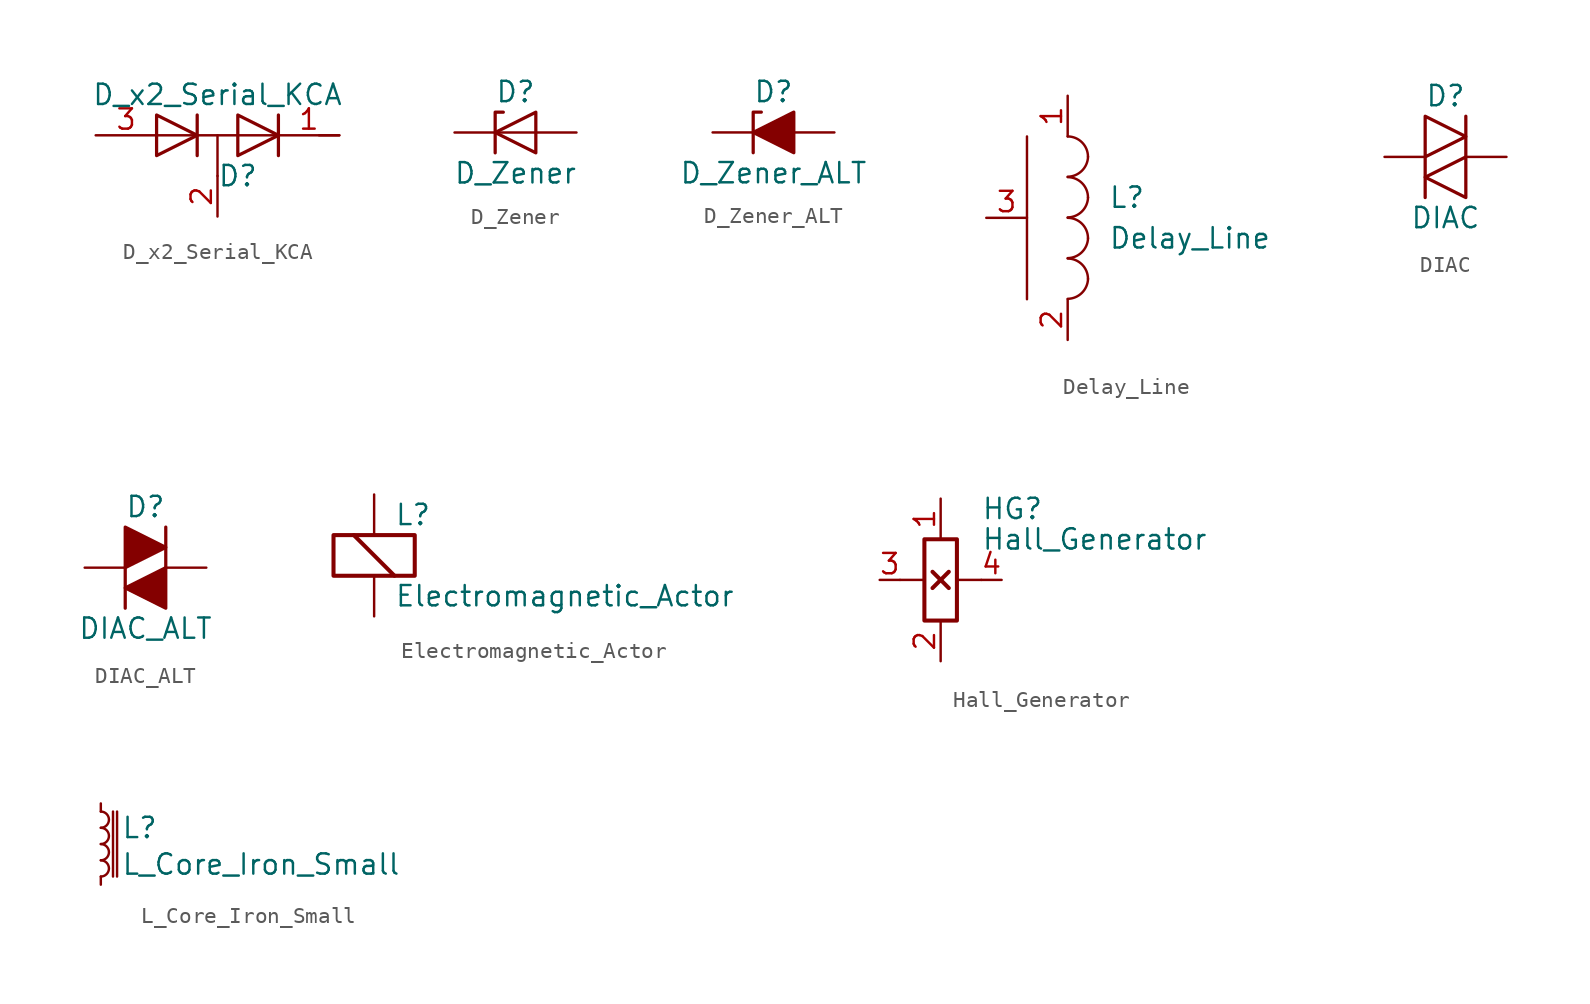
<source format=kicad_sym>
(kicad_symbol_lib
  (version 20211014)
  (generator kicad_symbol_editor)
  (symbol "D_x2_Serial_KCA"
    (pin_names
      (offset 0.762) hide)
    (property "Reference" "D"
      (at 1.27 -2.54 0)
      (effects (font (size 1.27 1.27))))
    (property "Value" "D_x2_Serial_KCA"
      (at 0 2.54 0)
      (effects (font (size 1.27 1.27))))
    (symbol "D_x2_Serial_KCA_0_1"
      (polyline (pts (xy 0 0) (xy 0 -2.54)) (stroke (width 0) (type default) (color 0 0 0 0)) (fill (type none)))
      (polyline (pts (xy 3.81 0) (xy -3.81 0)) (stroke (width 0) (type default) (color 0 0 0 0)) (fill (type none)))
      (polyline (pts (xy 6.35 0) (xy 7.62 0)) (stroke (width 0) (type default) (color 0 0 0 0)) (fill (type none)))
      (polyline (pts (xy -1.27 -1.27) (xy -1.27 1.27) (xy -1.27 1.27)) (stroke (width 0.203) (type default) (color 0 0 0 0)) (fill (type none)))
      (polyline (pts (xy 3.81 1.27) (xy 3.81 -1.27) (xy 3.81 -1.27)) (stroke (width 0.203) (type default) (color 0 0 0 0)) (fill (type none)))
      (polyline (pts (xy -3.81 1.27) (xy -1.27 0) (xy -3.81 -1.27) (xy -3.81 1.27) (xy -3.81 1.27) (xy -3.81 1.27)) (stroke (width 0.203) (type default) (color 0 0 0 0)) (fill (type none)))
      (polyline (pts (xy 1.27 1.27) (xy 3.81 0) (xy 1.27 -1.27) (xy 1.27 1.27) (xy 1.27 1.27) (xy 1.27 1.27)) (stroke (width 0.203) (type default) (color 0 0 0 0)) (fill (type none)))
      (pin passive line (at 7.62 0 180) (length 3.81) (name "K" (effects (font (size 1.27 1.27)))) (number "1" (effects (font (size 1.27 1.27)))))
      (pin passive line (at 0 -5.08 90) (length 2.54) (name "common" (effects (font (size 1.27 1.27)))) (number "2" (effects (font (size 1.27 1.27)))))
      (pin passive line (at -7.62 0 0) (length 3.81) (name "A" (effects (font (size 1.27 1.27)))) (number "3" (effects (font (size 1.27 1.27)))))))
  (symbol "D_Zener"
    (pin_numbers hide)
    (pin_names
      (offset 1.016) hide)
    (property "Reference" "D"
      (at 0 2.54 0)
      (effects (font (size 1.27 1.27))))
    (property "Value" "D_Zener"
      (at 0 -2.54 0)
      (effects (font (size 1.27 1.27))))
    (symbol "D_Zener_0_1"
      (polyline (pts (xy 1.27 0) (xy -1.27 0)) (stroke (width 0) (type default) (color 0 0 0 0)) (fill (type none)))
      (polyline (pts (xy -1.27 -1.27) (xy -1.27 1.27) (xy -0.762 1.27)) (stroke (width 0.203) (type default) (color 0 0 0 0)) (fill (type none)))
      (polyline (pts (xy 1.27 -1.27) (xy 1.27 1.27) (xy -1.27 0) (xy 1.27 -1.27)) (stroke (width 0.203) (type default) (color 0 0 0 0)) (fill (type none))))
    (symbol "D_Zener_1_1"
      (pin passive line (at -3.81 0 0) (length 2.54) (name "K" (effects (font (size 1.27 1.27)))) (number "1" (effects (font (size 1.27 1.27)))))
      (pin passive line (at 3.81 0 180) (length 2.54) (name "A" (effects (font (size 1.27 1.27)))) (number "2" (effects (font (size 1.27 1.27)))))))
  (symbol "D_Zener_ALT"
    (pin_numbers hide)
    (pin_names
      (offset 1.016) hide)
    (property "Reference" "D"
      (at 0 2.54 0)
      (effects (font (size 1.27 1.27))))
    (property "Value" "D_Zener_ALT"
      (at 0 -2.54 0)
      (effects (font (size 1.27 1.27))))
    (symbol "D_Zener_ALT_0_1"
      (polyline (pts (xy 1.27 0) (xy -1.27 0)) (stroke (width 0) (type default) (color 0 0 0 0)) (fill (type none)))
      (polyline (pts (xy -1.27 -1.27) (xy -1.27 1.27) (xy -0.762 1.27)) (stroke (width 0.203) (type default) (color 0 0 0 0)) (fill (type none)))
      (polyline (pts (xy 1.27 -1.27) (xy 1.27 1.27) (xy -1.27 0) (xy 1.27 -1.27)) (stroke (width 0.203) (type default) (color 0 0 0 0)) (fill (type outline))))
    (symbol "D_Zener_ALT_1_1"
      (pin passive line (at -3.81 0 0) (length 2.54) (name "K" (effects (font (size 1.27 1.27)))) (number "1" (effects (font (size 1.27 1.27)))))
      (pin passive line (at 3.81 0 180) (length 2.54) (name "A" (effects (font (size 1.27 1.27)))) (number "2" (effects (font (size 1.27 1.27)))))))
  (symbol "Delay_Line"
    (pin_names
      (offset 1.016) hide)
    (property "Reference" "L"
      (at 2.54 1.27 0)
      (effects (font (size 1.27 1.27)) (justify left)))
    (property "Value" "Delay_Line"
      (at 2.54 -1.27 0)
      (effects (font (size 1.27 1.27)) (justify left)))
    (symbol "Delay_Line_0_1"
      (arc (start 0 -5.0546) (mid 0.8801 -4.6901) (end 1.27 -3.81) (stroke (width 0) (type default) (color 0 0 0 0)) (fill (type none)))
      (arc (start 0 -2.5146) (mid 0.8801 -2.1501) (end 1.27 -1.27) (stroke (width 0) (type default) (color 0 0 0 0)) (fill (type none)))
      (polyline (pts (xy -2.54 5.08) (xy -2.54 -5.08)) (stroke (width 0) (type default) (color 0 0 0 0)) (fill (type none)))
      (arc (start 0 0.0254) (mid 0.8801 0.3899) (end 1.27 1.27) (stroke (width 0) (type default) (color 0 0 0 0)) (fill (type none)))
      (arc (start 0 2.5654) (mid 0.8801 2.9299) (end 1.27 3.81) (stroke (width 0) (type default) (color 0 0 0 0)) (fill (type none)))
      (arc (start 1.27 -3.81) (mid 0.898 -2.912) (end 0 -2.54) (stroke (width 0) (type default) (color 0 0 0 0)) (fill (type none)))
      (arc (start 1.27 -1.27) (mid 0.898 -0.372) (end 0 0) (stroke (width 0) (type default) (color 0 0 0 0)) (fill (type none)))
      (arc (start 1.27 1.27) (mid 0.898 2.168) (end 0 2.54) (stroke (width 0) (type default) (color 0 0 0 0)) (fill (type none)))
      (arc (start 1.27 3.81) (mid 0.898 4.708) (end 0 5.08) (stroke (width 0) (type default) (color 0 0 0 0)) (fill (type none))))
    (symbol "Delay_Line_1_1"
      (pin passive line (at 0 7.62 270) (length 2.54) (name "1" (effects (font (size 1.27 1.27)))) (number "1" (effects (font (size 1.27 1.27)))))
      (pin passive line (at 0 -7.62 90) (length 2.54) (name "2" (effects (font (size 1.27 1.27)))) (number "2" (effects (font (size 1.27 1.27)))))
      (pin input line (at -5.08 0 0) (length 2.54) (name "COMMUN" (effects (font (size 1.27 1.27)))) (number "3" (effects (font (size 1.27 1.27)))))))
  (symbol "DIAC"
    (pin_numbers hide)
    (pin_names
      (offset 1.016) hide)
    (property "Reference" "D"
      (at 0 3.81 0)
      (effects (font (size 1.27 1.27))))
    (property "Value" "DIAC"
      (at 0 -3.81 0)
      (effects (font (size 1.27 1.27))))
    (symbol "DIAC_0_1"
      (polyline (pts (xy -1.27 0) (xy -1.27 -2.54)) (stroke (width 0.203) (type default) (color 0 0 0 0)) (fill (type none)))
      (polyline (pts (xy 1.27 2.54) (xy 1.27 0)) (stroke (width 0.203) (type default) (color 0 0 0 0)) (fill (type none)))
      (polyline (pts (xy -1.27 2.54) (xy -1.27 0) (xy 1.27 1.27) (xy -1.27 2.54)) (stroke (width 0.203) (type default) (color 0 0 0 0)) (fill (type none)))
      (polyline (pts (xy 1.27 0) (xy 1.27 -2.54) (xy -1.27 -1.27) (xy 1.27 0)) (stroke (width 0.203) (type default) (color 0 0 0 0)) (fill (type none))))
    (symbol "DIAC_1_1"
      (pin passive line (at -3.81 0 0) (length 2.54) (name "K" (effects (font (size 1.27 1.27)))) (number "1" (effects (font (size 1.27 1.27)))))
      (pin passive line (at 3.81 0 180) (length 2.54) (name "A" (effects (font (size 1.27 1.27)))) (number "2" (effects (font (size 1.27 1.27)))))))
  (symbol "DIAC_ALT"
    (pin_numbers hide)
    (pin_names
      (offset 1.016) hide)
    (property "Reference" "D"
      (at 0 3.81 0)
      (effects (font (size 1.27 1.27))))
    (property "Value" "DIAC_ALT"
      (at 0 -3.81 0)
      (effects (font (size 1.27 1.27))))
    (symbol "DIAC_ALT_0_1"
      (polyline (pts (xy -1.27 0) (xy -1.27 -2.54)) (stroke (width 0.203) (type default) (color 0 0 0 0)) (fill (type none)))
      (polyline (pts (xy 1.27 2.54) (xy 1.27 0)) (stroke (width 0.203) (type default) (color 0 0 0 0)) (fill (type none)))
      (polyline (pts (xy -1.27 2.54) (xy -1.27 0) (xy 1.27 1.27) (xy -1.27 2.54)) (stroke (width 0.203) (type default) (color 0 0 0 0)) (fill (type outline)))
      (polyline (pts (xy 1.27 0) (xy 1.27 -2.54) (xy -1.27 -1.27) (xy 1.27 0)) (stroke (width 0.203) (type default) (color 0 0 0 0)) (fill (type outline))))
    (symbol "DIAC_ALT_1_1"
      (pin passive line (at -3.81 0 0) (length 2.54) (name "K" (effects (font (size 1.27 1.27)))) (number "1" (effects (font (size 1.27 1.27)))))
      (pin passive line (at 3.81 0 180) (length 2.54) (name "A" (effects (font (size 1.27 1.27)))) (number "2" (effects (font (size 1.27 1.27)))))))
  (symbol "Electromagnetic_Actor"
    (pin_numbers hide)
    (pin_names
      (offset 0.025) hide)
    (property "Reference" "L"
      (at 1.27 3.81 0)
      (effects (font (size 1.27 1.27)) (justify left)))
    (property "Value" "Electromagnetic_Actor"
      (at 1.27 -1.27 0)
      (effects (font (size 1.27 1.27)) (justify left)))
    (symbol "Electromagnetic_Actor_0_1"
      (rectangle (start -2.54 2.54) (end 2.54 0) (stroke (width 0.254) (type default) (color 0 0 0 0)) (fill (type none)))
      (polyline (pts (xy -1.27 2.54) (xy 1.27 0)) (stroke (width 0.254) (type default) (color 0 0 0 0)) (fill (type none))))
    (symbol "Electromagnetic_Actor_1_1"
      (pin passive line (at 0 5.08 270) (length 2.54) (name "-" (effects (font (size 1.27 1.27)))) (number "1" (effects (font (size 1.27 1.27)))))
      (pin passive line (at 0 -2.54 90) (length 2.54) (name "+" (effects (font (size 1.27 1.27)))) (number "2" (effects (font (size 1.27 1.27)))))))
  (symbol "Hall_Generator"
    (pin_names
      (offset 0) hide)
    (property "Reference" "HG"
      (at 2.54 4.445 0)
      (effects (font (size 1.27 1.27)) (justify left)))
    (property "Value" "Hall_Generator"
      (at 2.54 2.54 0)
      (effects (font (size 1.27 1.27)) (justify left)))
    (symbol "Hall_Generator_0_1"
      (rectangle (start -1.016 2.54) (end 1.016 -2.54) (stroke (width 0.254) (type default) (color 0 0 0 0)) (fill (type none)))
      (polyline (pts (xy -1.016 0) (xy -2.54 0)) (stroke (width 0) (type default) (color 0 0 0 0)) (fill (type none)))
      (polyline (pts (xy -0.508 -0.508) (xy 0.508 0.508)) (stroke (width 0.254) (type default) (color 0 0 0 0)) (fill (type none)))
      (polyline (pts (xy -0.508 0.508) (xy 0.508 -0.508)) (stroke (width 0.254) (type default) (color 0 0 0 0)) (fill (type none)))
      (polyline (pts (xy 1.016 0) (xy 2.54 0)) (stroke (width 0) (type default) (color 0 0 0 0)) (fill (type none))))
    (symbol "Hall_Generator_1_1"
      (pin passive line (at 0 5.08 270) (length 2.54) (name "U1" (effects (font (size 1.27 1.27)))) (number "1" (effects (font (size 1.27 1.27)))))
      (pin passive line (at 0 -5.08 90) (length 2.54) (name "U2" (effects (font (size 1.27 1.27)))) (number "2" (effects (font (size 1.27 1.27)))))
      (pin passive line (at -3.81 0 0) (length 1.27) (name "UH1" (effects (font (size 1.27 1.27)))) (number "3" (effects (font (size 1.27 1.27)))))
      (pin passive line (at 3.81 0 180) (length 1.27) (name "UH2" (effects (font (size 1.27 1.27)))) (number "4" (effects (font (size 1.27 1.27)))))))
  (symbol "L_Core_Iron_Small"
    (pin_numbers hide)
    (pin_names
      (offset 0.254) hide)
    (property "Reference" "L"
      (at 1.27 1.016 0)
      (effects (font (size 1.27 1.27)) (justify left)))
    (property "Value" "L_Core_Iron_Small"
      (at 1.27 -1.27 0)
      (effects (font (size 1.27 1.27)) (justify left)))
    (symbol "L_Core_Iron_Small_0_1"
      (arc (start 0 -2.032) (mid 0.508 -1.524) (end 0 -1.016) (stroke (width 0) (type default) (color 0 0 0 0)) (fill (type none)))
      (arc (start 0 -1.016) (mid 0.508 -0.508) (end 0 0) (stroke (width 0) (type default) (color 0 0 0 0)) (fill (type none)))
      (polyline (pts (xy 0.762 2.032) (xy 0.762 -2.032)) (stroke (width 0) (type default) (color 0 0 0 0)) (fill (type none)))
      (polyline (pts (xy 1.016 -2.032) (xy 1.016 2.032)) (stroke (width 0) (type default) (color 0 0 0 0)) (fill (type none)))
      (arc (start 0 0) (mid 0.508 0.508) (end 0 1.016) (stroke (width 0) (type default) (color 0 0 0 0)) (fill (type none)))
      (arc (start 0 1.016) (mid 0.508 1.524) (end 0 2.032) (stroke (width 0) (type default) (color 0 0 0 0)) (fill (type none))))
    (symbol "L_Core_Iron_Small_1_1"
      (pin passive line (at 0 2.54 270) (length 0.508) (name "~" (effects (font (size 1.27 1.27)))) (number "1" (effects (font (size 1.27 1.27)))))
      (pin passive line (at 0 -2.54 90) (length 0.508) (name "~" (effects (font (size 1.27 1.27)))) (number "2" (effects (font (size 1.27 1.27))))))))
</source>
